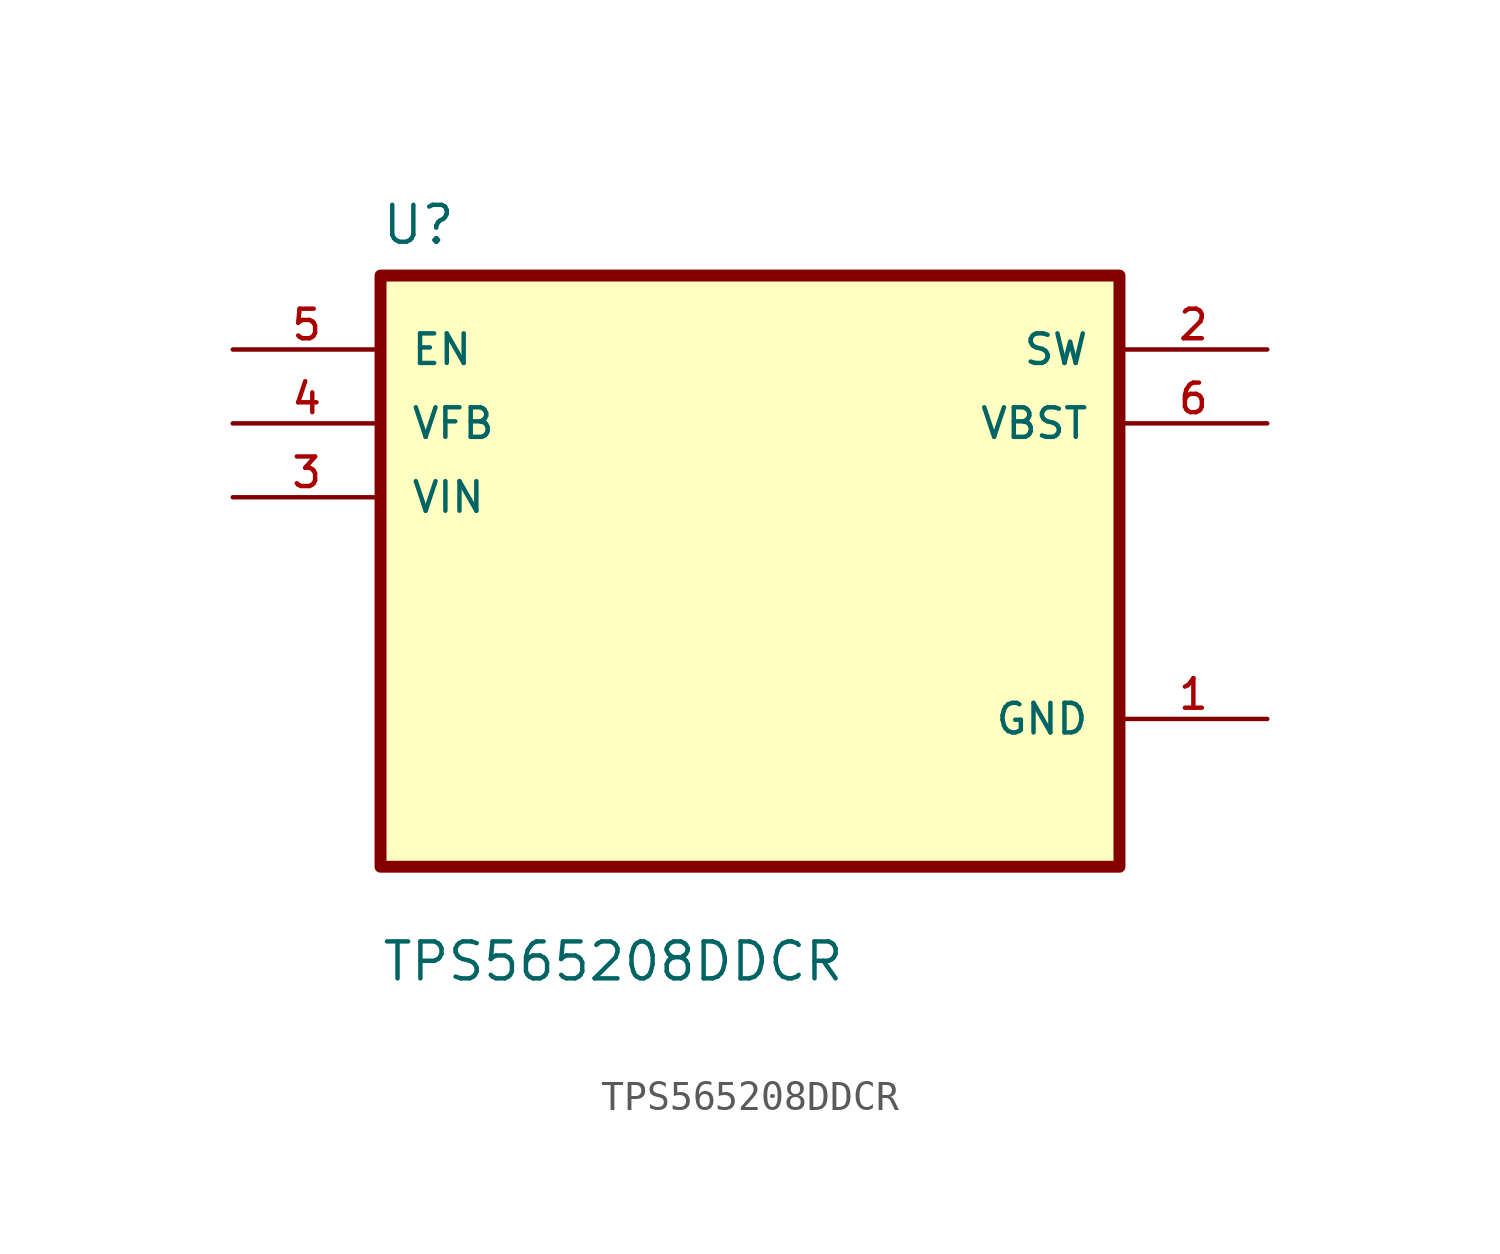
<source format=kicad_sym>
(kicad_symbol_lib
  (version 20211014)
  (generator kicad_symbol_editor)
  (symbol "TPS565208DDCR"
    (pin_names
      (offset 1.016))
    (property "Reference" "U"
      (at -12.7 11.16 0.0)
      (effects (font (size 1.27 1.27)) (justify bottom left)))
    (property "Value" "TPS565208DDCR"
      (at -12.7 -14.16 0.0)
      (effects (font (size 1.27 1.27)) (justify bottom left)))
    (symbol "TPS565208DDCR_0_0"
      (rectangle (start -12.7 -10.16) (end 12.7 10.16) (stroke (width 0.41)) (fill (type background)))
      (pin input line (at -17.78 7.62 0) (length 5.08) (name "EN" (effects (font (size 1.016 1.016)))) (number "5" (effects (font (size 1.016 1.016)))))
      (pin input line (at -17.78 5.08 0) (length 5.08) (name "VFB" (effects (font (size 1.016 1.016)))) (number "4" (effects (font (size 1.016 1.016)))))
      (pin input line (at -17.78 2.54 0) (length 5.08) (name "VIN" (effects (font (size 1.016 1.016)))) (number "3" (effects (font (size 1.016 1.016)))))
      (pin output line (at 17.78 7.62 180.0) (length 5.08) (name "SW" (effects (font (size 1.016 1.016)))) (number "2" (effects (font (size 1.016 1.016)))))
      (pin output line (at 17.78 5.08 180.0) (length 5.08) (name "VBST" (effects (font (size 1.016 1.016)))) (number "6" (effects (font (size 1.016 1.016)))))
      (pin power_in line (at 17.78 -5.08 180.0) (length 5.08) (name "GND" (effects (font (size 1.016 1.016)))) (number "1" (effects (font (size 1.016 1.016))))))))
</source>
